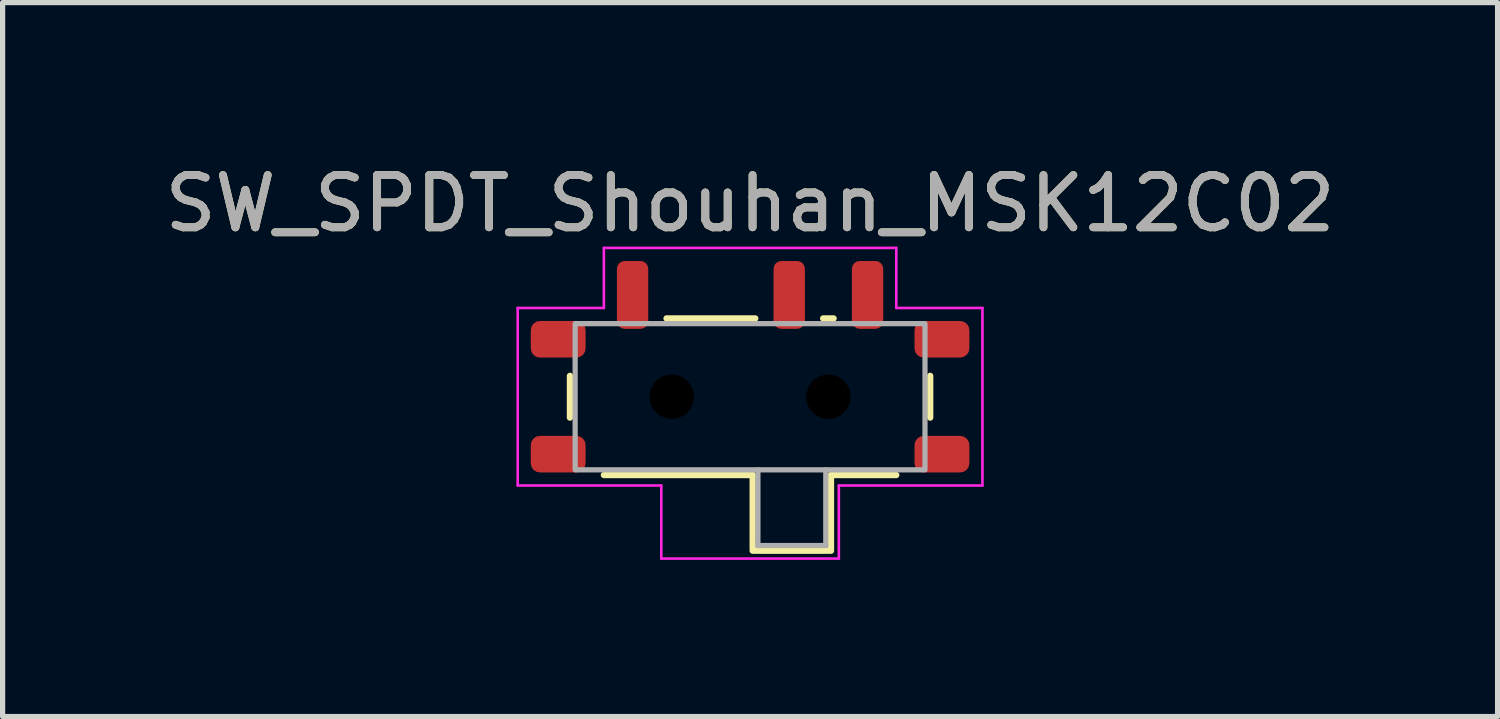
<source format=kicad_pcb>
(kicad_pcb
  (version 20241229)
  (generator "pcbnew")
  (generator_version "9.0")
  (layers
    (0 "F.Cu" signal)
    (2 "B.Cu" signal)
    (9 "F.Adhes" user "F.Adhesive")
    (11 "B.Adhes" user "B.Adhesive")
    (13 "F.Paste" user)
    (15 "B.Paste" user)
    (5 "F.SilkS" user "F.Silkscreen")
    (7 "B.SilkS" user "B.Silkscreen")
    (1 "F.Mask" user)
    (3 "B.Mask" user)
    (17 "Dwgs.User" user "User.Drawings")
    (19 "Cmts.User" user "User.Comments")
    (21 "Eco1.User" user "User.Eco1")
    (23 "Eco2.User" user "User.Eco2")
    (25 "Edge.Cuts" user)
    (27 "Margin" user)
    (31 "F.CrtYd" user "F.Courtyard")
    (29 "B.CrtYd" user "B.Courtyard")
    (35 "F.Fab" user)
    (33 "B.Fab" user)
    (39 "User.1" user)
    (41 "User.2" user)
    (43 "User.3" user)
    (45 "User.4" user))
  (footprint "SW_SPDT_Shouhan_MSK12C02"
    (layer "F.Cu")
    (at 11.315 4.548)
    (property "Reference" "SW_SPDT_Shouhan_MSK12C02" (at 0 -3.7 0) (layer "F.SilkS") (effects (font (size 1 1) (thickness 0.15))))
    (attr smd)
    (fp_line (start -3.45 -0.4) (end -3.45 0.4) (stroke (width 0.12) (type default)) (layer "F.SilkS"))
    (fp_line (start -1.6 -1.5) (end 0.1 -1.5) (stroke (width 0.12) (type default)) (layer "F.SilkS"))
    (fp_line (start 0.05 1.5) (end -2.8 1.5) (stroke (width 0.12) (type default)) (layer "F.SilkS"))
    (fp_line (start 0.05 2.95) (end 0.05 1.5) (stroke (width 0.12) (type default)) (layer "F.SilkS"))
    (fp_line (start 1.4 -1.5) (end 1.6 -1.5) (stroke (width 0.12) (type default)) (layer "F.SilkS"))
    (fp_line (start 1.5 2.95) (end 0.1 2.95) (stroke (width 0.12) (type default)) (layer "F.SilkS"))
    (fp_line (start 1.55 1.5) (end 2.8 1.5) (stroke (width 0.12) (type default)) (layer "F.SilkS"))
    (fp_line (start 1.55 2.95) (end 1.55 1.5) (stroke (width 0.12) (type default)) (layer "F.SilkS"))
    (fp_line (start 3.45 -0.4) (end 3.45 0.4) (stroke (width 0.12) (type default)) (layer "F.SilkS"))
    (fp_line (start -4.45 -1.7) (end -4.45 1.7) (stroke (width 0.05) (type default)) (layer "F.CrtYd"))
    (fp_line (start -4.45 -1.7) (end -2.8 -1.7) (stroke (width 0.05) (type default)) (layer "F.CrtYd"))
    (fp_line (start -4.45 1.7) (end -1.7 1.7) (stroke (width 0.05) (type default)) (layer "F.CrtYd"))
    (fp_line (start -2.8 -2.85) (end 2.8 -2.85) (stroke (width 0.05) (type default)) (layer "F.CrtYd"))
    (fp_line (start -2.8 -1.7) (end -2.8 -2.85) (stroke (width 0.05) (type default)) (layer "F.CrtYd"))
    (fp_line (start -1.7 1.7) (end -1.7 3.1) (stroke (width 0.05) (type default)) (layer "F.CrtYd"))
    (fp_line (start 1.7 1.7) (end 4.45 1.7) (stroke (width 0.05) (type default)) (layer "F.CrtYd"))
    (fp_line (start 1.7 3.1) (end -1.7 3.1) (stroke (width 0.05) (type default)) (layer "F.CrtYd"))
    (fp_line (start 1.7 3.1) (end 1.7 1.7) (stroke (width 0.05) (type default)) (layer "F.CrtYd"))
    (fp_line (start 2.8 -1.7) (end 2.8 -2.85) (stroke (width 0.05) (type default)) (layer "F.CrtYd"))
    (fp_line (start 4.45 -1.7) (end 2.8 -1.7) (stroke (width 0.05) (type default)) (layer "F.CrtYd"))
    (fp_line (start 4.45 1.7) (end 4.45 -1.7) (stroke (width 0.05) (type default)) (layer "F.CrtYd"))
    (fp_line (start 0.15 1.4) (end 0.15 2.85) (stroke (width 0.1) (type default)) (layer "F.Fab"))
    (fp_line (start 0.15 2.85) (end 1.45 2.85) (stroke (width 0.1) (type default)) (layer "F.Fab"))
    (fp_line (start 1.45 1.4) (end 1.45 2.85) (stroke (width 0.1) (type default)) (layer "F.Fab"))
    (fp_rect (start -3.35 -1.4) (end 3.35 1.4) (stroke (width 0.1) (type default)) (fill no) (layer "F.Fab"))
    (fp_text user "${REFERENCE}" (at 0 -3.7 0) (layer "F.Fab") (effects (font (size 1 1) (thickness 0.15))))
    (pad "" np_thru_hole circle (at -1.5 0) (size 0.85 0.85) (drill 0.85) (layers "*.Mask"))
    (pad "" np_thru_hole circle (at 1.5 0) (size 0.85 0.85) (drill 0.85) (layers "*.Mask"))
    (pad "1" smd roundrect (at -2.25 -1.95) (size 0.6 1.3) (layers "F.Cu" "F.Mask" "F.Paste") (roundrect_rratio 0.25))
    (pad "2" smd roundrect (at 0.75 -1.95) (size 0.6 1.3) (layers "F.Cu" "F.Mask" "F.Paste") (roundrect_rratio 0.25))
    (pad "3" smd roundrect (at 2.25 -1.95) (size 0.6 1.3) (layers "F.Cu" "F.Mask" "F.Paste") (roundrect_rratio 0.25))
    (pad "SH" smd roundrect (at -3.675 -1.1) (size 1.05 0.7) (layers "F.Cu" "F.Mask" "F.Paste") (roundrect_rratio 0.25))
    (pad "SH" smd roundrect (at -3.675 1.1) (size 1.05 0.7) (layers "F.Cu" "F.Mask" "F.Paste") (roundrect_rratio 0.25))
    (pad "SH" smd roundrect (at 3.675 -1.1) (size 1.05 0.7) (layers "F.Cu" "F.Mask" "F.Paste") (roundrect_rratio 0.25))
    (pad "SH" smd roundrect (at 3.675 1.1) (size 1.05 0.7) (layers "F.Cu" "F.Mask" "F.Paste") (roundrect_rratio 0.25)))
  (gr_rect
    (start -3 -3)
    (end 25.631 10.673)
    (stroke (width 0.1) (type default))
    (fill no)
    (layer "Edge.Cuts")))
</source>
